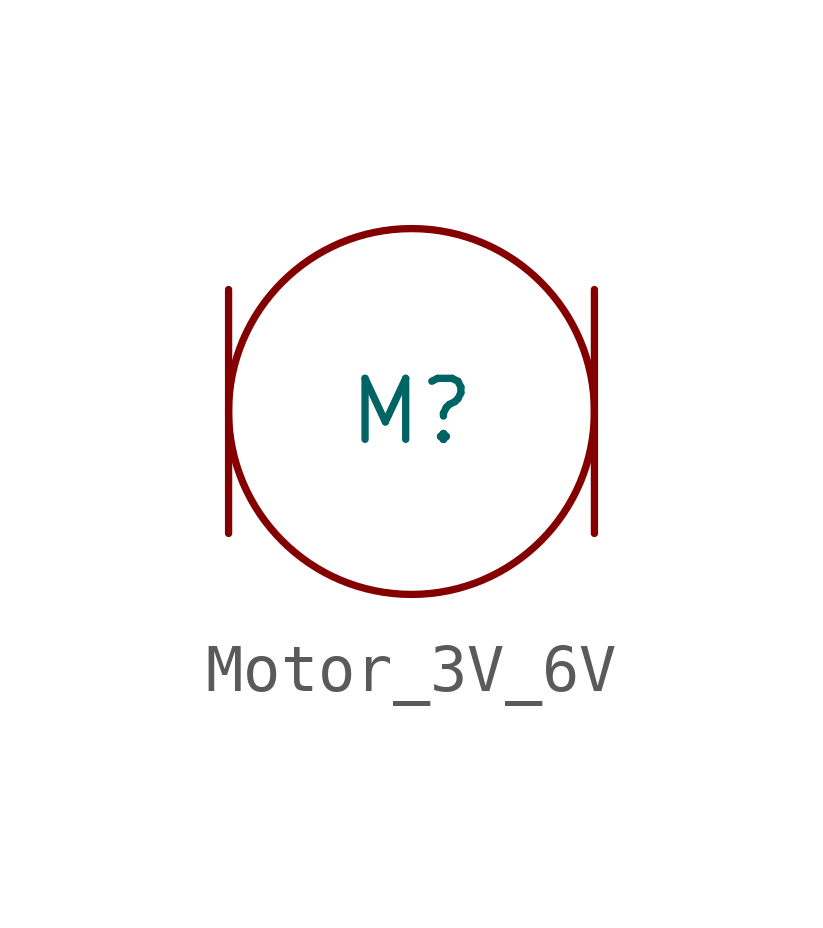
<source format=kicad_sym>
(kicad_symbol_lib
  (version 20231120)
  (generator "kicad_symbol_editor")
  (generator_version "8.0")
  (symbol "Motor_3V_6V"
    (property "Reference" "M"
      (at 0 0 0)
      (effects (font (size 1.27 1.27))))
    (property "Value" ""
      (at 0 0 0)
      (effects (font (size 1.27 1.27))))
    (symbol "Motor_3V_6V_0_1"
      (polyline (pts (xy -3.81 2.54) (xy -3.81 -2.54)) (stroke (width 0) (type default)) (fill (type none)))
      (polyline (pts (xy 3.81 2.54) (xy 3.81 -2.54)) (stroke (width 0) (type default)) (fill (type none)))
      (circle (center 0 0) (radius 3.81) (stroke (width 0) (type default)) (fill (type none))))))
</source>
